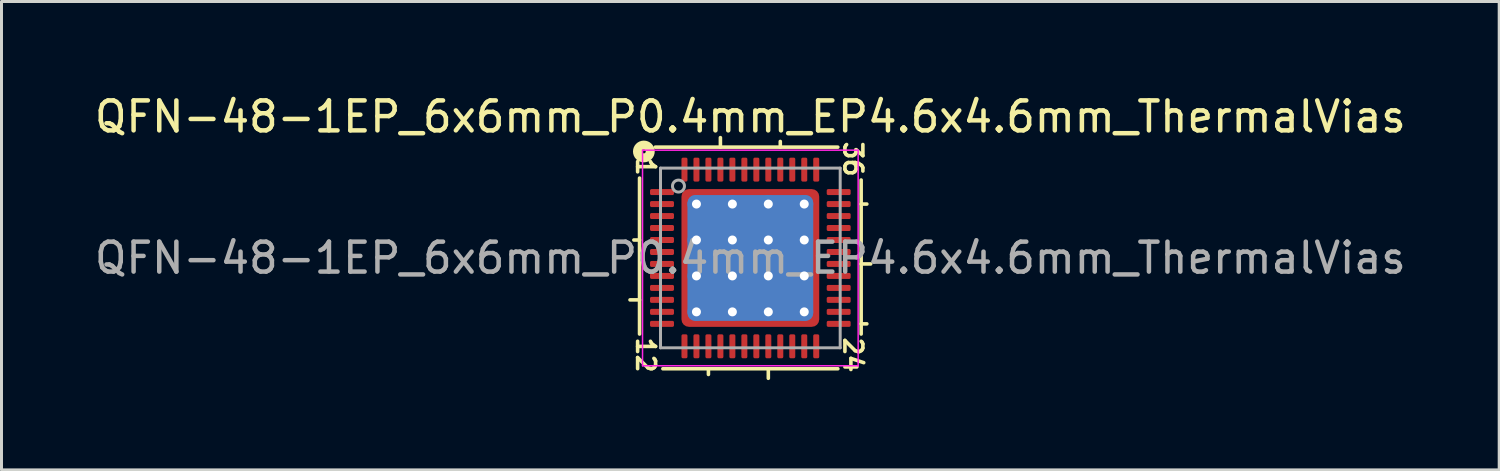
<source format=kicad_pcb>
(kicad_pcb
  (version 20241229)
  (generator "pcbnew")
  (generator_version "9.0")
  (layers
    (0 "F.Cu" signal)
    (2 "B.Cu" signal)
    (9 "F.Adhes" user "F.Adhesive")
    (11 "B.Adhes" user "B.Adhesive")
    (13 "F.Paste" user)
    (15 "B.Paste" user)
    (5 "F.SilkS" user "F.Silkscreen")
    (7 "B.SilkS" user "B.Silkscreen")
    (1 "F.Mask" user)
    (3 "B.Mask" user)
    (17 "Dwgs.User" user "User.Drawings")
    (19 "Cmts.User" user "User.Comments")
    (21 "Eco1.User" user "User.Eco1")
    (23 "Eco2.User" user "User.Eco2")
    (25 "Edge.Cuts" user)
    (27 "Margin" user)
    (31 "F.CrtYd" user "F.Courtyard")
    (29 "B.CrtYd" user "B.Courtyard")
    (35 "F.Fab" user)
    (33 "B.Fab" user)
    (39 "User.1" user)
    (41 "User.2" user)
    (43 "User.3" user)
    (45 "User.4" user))
  (footprint "QFN-48-1EP_6x6mm_P0.4mm_EP4.6x4.6mm_ThermalVias"
    (layer "F.Cu")
    (at 22.006 5.564)
    (property "Reference" "QFN-48-1EP_6x6mm_P0.4mm_EP4.6x4.6mm_ThermalVias" (at 0 -4.716 0) (layer "F.SilkS") (effects (font (size 1 1) (thickness 0.15))))
    (attr smd)
    (fp_line (start -3.7 -2.667) (end -3.7 2.54) (stroke (width 0.12) (type solid)) (layer "F.SilkS"))
    (fp_line (start -3.7 -0.6) (end -3.89 -0.6) (stroke (width 0.12) (type solid)) (layer "F.SilkS"))
    (fp_line (start -3.7 1.4) (end -4.018 1.4) (stroke (width 0.12) (type solid)) (layer "F.SilkS"))
    (fp_line (start -2.921 3.7) (end 2.921 3.7) (stroke (width 0.12) (type solid)) (layer "F.SilkS"))
    (fp_line (start -1.4 3.89) (end -1.4 3.7) (stroke (width 0.12) (type solid)) (layer "F.SilkS"))
    (fp_line (start -1 -3.7) (end -1 -4.018) (stroke (width 0.12) (type solid)) (layer "F.SilkS"))
    (fp_line (start 0.6 3.7) (end 0.6 4.018) (stroke (width 0.12) (type solid)) (layer "F.SilkS"))
    (fp_line (start 1 -3.7) (end 1 -3.89) (stroke (width 0.12) (type solid)) (layer "F.SilkS"))
    (fp_line (start 2.921 -3.7) (end -3.175 -3.7) (stroke (width 0.12) (type solid)) (layer "F.SilkS"))
    (fp_line (start 3.7 -1.8) (end 3.89 -1.8) (stroke (width 0.12) (type solid)) (layer "F.SilkS"))
    (fp_line (start 3.7 0.2) (end 4.018 0.2) (stroke (width 0.12) (type solid)) (layer "F.SilkS"))
    (fp_line (start 3.7 2.2) (end 3.89 2.2) (stroke (width 0.12) (type solid)) (layer "F.SilkS"))
    (fp_line (start 3.7 2.54) (end 3.7 -2.603) (stroke (width 0.12) (type solid)) (layer "F.SilkS"))
    (fp_circle (center -3.556 -3.556) (end -3.493 -3.556) (stroke (width 0.3) (type solid)) (fill no) (layer "F.SilkS"))
    (fp_line (start -3.6 -3.6) (end -3.6 3.6) (stroke (width 0.05) (type solid)) (layer "F.CrtYd"))
    (fp_line (start -3.6 3.6) (end 3.6 3.6) (stroke (width 0.05) (type solid)) (layer "F.CrtYd"))
    (fp_line (start 3.6 -3.6) (end -3.6 -3.6) (stroke (width 0.05) (type solid)) (layer "F.CrtYd"))
    (fp_line (start 3.6 3.6) (end 3.6 -3.6) (stroke (width 0.05) (type solid)) (layer "F.CrtYd"))
    (fp_line (start -3 -3) (end 3 -3) (stroke (width 0.1) (type solid)) (layer "F.Fab"))
    (fp_line (start -3 3) (end -3 -3) (stroke (width 0.1) (type solid)) (layer "F.Fab"))
    (fp_line (start 3 -3) (end 3 3) (stroke (width 0.1) (type solid)) (layer "F.Fab"))
    (fp_line (start 3 3) (end -3 3) (stroke (width 0.1) (type solid)) (layer "F.Fab"))
    (fp_circle (center -2.4 -2.4) (end -2.2 -2.4) (stroke (width 0.1) (type solid)) (fill no) (layer "F.Fab"))
    (fp_text user "12" (at -3.493 3.239 270) (unlocked yes) (layer "F.SilkS") (effects (font (size 0.6 0.6) (thickness 0.12))))
    (fp_text user "1" (at -3.493 -3.048 270) (unlocked yes) (layer "F.SilkS") (effects (font (size 0.6 0.6) (thickness 0.12))))
    (fp_text user "36" (at 3.429 -3.302 270) (unlocked yes) (layer "F.SilkS") (effects (font (size 0.6 0.6) (thickness 0.12))))
    (fp_text user "24" (at 3.429 3.239 270) (unlocked yes) (layer "F.SilkS") (effects (font (size 0.6 0.6) (thickness 0.12))))
    (fp_text user "${REFERENCE}" (at 0 0 0) (layer "F.Fab") (effects (font (size 1 1) (thickness 0.15))))
    (pad "" smd custom (at -2.05 -2.05) (size 0.272 0.272) (layers "F.Paste") (options (anchor circle)) (primitives (gr_poly (pts (xy 0.101 -0.026) (xy -0.026 0.101) (xy -0.101 0.101) (xy -0.101 -0.101) (xy 0.101 -0.101)) (width 0.202) (fill yes))))
    (pad "" smd custom (at -2.05 -1.2) (size 0.32 0.32) (layers "F.Paste") (options (anchor circle)) (primitives (gr_poly (pts (xy 0.118 -0.331) (xy 0.118 0.331) (xy 0.049 0.4) (xy -0.118 0.4) (xy -0.118 -0.4) (xy 0.049 -0.4)) (width 0.167) (fill yes))))
    (pad "" smd custom (at -2.05 0) (size 0.32 0.32) (layers "F.Paste") (options (anchor circle)) (primitives (gr_poly (pts (xy 0.118 -0.331) (xy 0.118 0.331) (xy 0.049 0.4) (xy -0.118 0.4) (xy -0.118 -0.4) (xy 0.049 -0.4)) (width 0.167) (fill yes))))
    (pad "" smd custom (at -2.05 1.2) (size 0.32 0.32) (layers "F.Paste") (options (anchor circle)) (primitives (gr_poly (pts (xy 0.118 -0.331) (xy 0.118 0.331) (xy 0.049 0.4) (xy -0.118 0.4) (xy -0.118 -0.4) (xy 0.049 -0.4)) (width 0.167) (fill yes))))
    (pad "" smd custom (at -2.05 2.05) (size 0.272 0.272) (layers "F.Paste") (options (anchor circle)) (primitives (gr_poly (pts (xy 0.101 0.026) (xy 0.101 0.101) (xy -0.101 0.101) (xy -0.101 -0.101) (xy -0.026 -0.101)) (width 0.202) (fill yes))))
    (pad "" smd custom (at -1.2 -2.05) (size 0.32 0.32) (layers "F.Paste") (options (anchor circle)) (primitives (gr_poly (pts (xy 0.4 0.049) (xy 0.331 0.118) (xy -0.331 0.118) (xy -0.4 0.049) (xy -0.4 -0.118) (xy 0.4 -0.118)) (width 0.167) (fill yes))))
    (pad "" smd roundrect (at -1.2 -1.2) (size 0.967 0.967) (layers "F.Paste") (roundrect_rratio 0.25))
    (pad "" smd roundrect (at -1.2 0) (size 0.967 0.967) (layers "F.Paste") (roundrect_rratio 0.25))
    (pad "" smd roundrect (at -1.2 1.2) (size 0.967 0.967) (layers "F.Paste") (roundrect_rratio 0.25))
    (pad "" smd custom (at -1.2 2.05) (size 0.32 0.32) (layers "F.Paste") (options (anchor circle)) (primitives (gr_poly (pts (xy 0.4 -0.049) (xy 0.4 0.118) (xy -0.4 0.118) (xy -0.4 -0.049) (xy -0.331 -0.118) (xy 0.331 -0.118)) (width 0.167) (fill yes))))
    (pad "" smd custom (at 0 -2.05) (size 0.32 0.32) (layers "F.Paste") (options (anchor circle)) (primitives (gr_poly (pts (xy 0.4 0.049) (xy 0.331 0.118) (xy -0.331 0.118) (xy -0.4 0.049) (xy -0.4 -0.118) (xy 0.4 -0.118)) (width 0.167) (fill yes))))
    (pad "" smd roundrect (at 0 -1.2) (size 0.967 0.967) (layers "F.Paste") (roundrect_rratio 0.25))
    (pad "" smd roundrect (at 0 0) (size 0.967 0.967) (layers "F.Paste") (roundrect_rratio 0.25))
    (pad "" smd roundrect (at 0 1.2) (size 0.967 0.967) (layers "F.Paste") (roundrect_rratio 0.25))
    (pad "" smd custom (at 0 2.05) (size 0.32 0.32) (layers "F.Paste") (options (anchor circle)) (primitives (gr_poly (pts (xy 0.4 -0.049) (xy 0.4 0.118) (xy -0.4 0.118) (xy -0.4 -0.049) (xy -0.331 -0.118) (xy 0.331 -0.118)) (width 0.167) (fill yes))))
    (pad "" smd custom (at 1.2 -2.05) (size 0.32 0.32) (layers "F.Paste") (options (anchor circle)) (primitives (gr_poly (pts (xy 0.4 0.049) (xy 0.331 0.118) (xy -0.331 0.118) (xy -0.4 0.049) (xy -0.4 -0.118) (xy 0.4 -0.118)) (width 0.167) (fill yes))))
    (pad "" smd roundrect (at 1.2 -1.2) (size 0.967 0.967) (layers "F.Paste") (roundrect_rratio 0.25))
    (pad "" smd roundrect (at 1.2 0) (size 0.967 0.967) (layers "F.Paste") (roundrect_rratio 0.25))
    (pad "" smd roundrect (at 1.2 1.2) (size 0.967 0.967) (layers "F.Paste") (roundrect_rratio 0.25))
    (pad "" smd custom (at 1.2 2.05) (size 0.32 0.32) (layers "F.Paste") (options (anchor circle)) (primitives (gr_poly (pts (xy 0.4 -0.049) (xy 0.4 0.118) (xy -0.4 0.118) (xy -0.4 -0.049) (xy -0.331 -0.118) (xy 0.331 -0.118)) (width 0.167) (fill yes))))
    (pad "" smd custom (at 2.05 -2.05) (size 0.272 0.272) (layers "F.Paste") (options (anchor circle)) (primitives (gr_poly (pts (xy 0.101 0.101) (xy 0.026 0.101) (xy -0.101 -0.026) (xy -0.101 -0.101) (xy 0.101 -0.101)) (width 0.202) (fill yes))))
    (pad "" smd custom (at 2.05 -1.2) (size 0.32 0.32) (layers "F.Paste") (options (anchor circle)) (primitives (gr_poly (pts (xy 0.118 0.4) (xy -0.049 0.4) (xy -0.118 0.331) (xy -0.118 -0.331) (xy -0.049 -0.4) (xy 0.118 -0.4)) (width 0.167) (fill yes))))
    (pad "" smd custom (at 2.05 0) (size 0.32 0.32) (layers "F.Paste") (options (anchor circle)) (primitives (gr_poly (pts (xy 0.118 0.4) (xy -0.049 0.4) (xy -0.118 0.331) (xy -0.118 -0.331) (xy -0.049 -0.4) (xy 0.118 -0.4)) (width 0.167) (fill yes))))
    (pad "" smd custom (at 2.05 1.2) (size 0.32 0.32) (layers "F.Paste") (options (anchor circle)) (primitives (gr_poly (pts (xy 0.118 0.4) (xy -0.049 0.4) (xy -0.118 0.331) (xy -0.118 -0.331) (xy -0.049 -0.4) (xy 0.118 -0.4)) (width 0.167) (fill yes))))
    (pad "" smd custom (at 2.05 2.05) (size 0.272 0.272) (layers "F.Paste") (options (anchor circle)) (primitives (gr_poly (pts (xy 0.101 0.101) (xy -0.101 0.101) (xy -0.101 0.026) (xy 0.026 -0.101) (xy 0.101 -0.101)) (width 0.202) (fill yes))))
    (pad "1" smd roundrect (at -2.95 -2.2) (size 0.8 0.2) (layers "F.Cu" "F.Mask" "F.Paste") (roundrect_rratio 0.25))
    (pad "2" smd roundrect (at -2.95 -1.8) (size 0.8 0.2) (layers "F.Cu" "F.Mask" "F.Paste") (roundrect_rratio 0.25))
    (pad "3" smd roundrect (at -2.95 -1.4) (size 0.8 0.2) (layers "F.Cu" "F.Mask" "F.Paste") (roundrect_rratio 0.25))
    (pad "4" smd roundrect (at -2.95 -1) (size 0.8 0.2) (layers "F.Cu" "F.Mask" "F.Paste") (roundrect_rratio 0.25))
    (pad "5" smd roundrect (at -2.95 -0.6) (size 0.8 0.2) (layers "F.Cu" "F.Mask" "F.Paste") (roundrect_rratio 0.25))
    (pad "6" smd roundrect (at -2.95 -0.2) (size 0.8 0.2) (layers "F.Cu" "F.Mask" "F.Paste") (roundrect_rratio 0.25))
    (pad "7" smd roundrect (at -2.95 0.2) (size 0.8 0.2) (layers "F.Cu" "F.Mask" "F.Paste") (roundrect_rratio 0.25))
    (pad "8" smd roundrect (at -2.95 0.6) (size 0.8 0.2) (layers "F.Cu" "F.Mask" "F.Paste") (roundrect_rratio 0.25))
    (pad "9" smd roundrect (at -2.95 1) (size 0.8 0.2) (layers "F.Cu" "F.Mask" "F.Paste") (roundrect_rratio 0.25))
    (pad "10" smd roundrect (at -2.95 1.4) (size 0.8 0.2) (layers "F.Cu" "F.Mask" "F.Paste") (roundrect_rratio 0.25))
    (pad "11" smd roundrect (at -2.95 1.8) (size 0.8 0.2) (layers "F.Cu" "F.Mask" "F.Paste") (roundrect_rratio 0.25))
    (pad "12" smd roundrect (at -2.95 2.2) (size 0.8 0.2) (layers "F.Cu" "F.Mask" "F.Paste") (roundrect_rratio 0.25))
    (pad "13" smd roundrect (at -2.2 2.95) (size 0.2 0.8) (layers "F.Cu" "F.Mask" "F.Paste") (roundrect_rratio 0.25))
    (pad "14" smd roundrect (at -1.8 2.95) (size 0.2 0.8) (layers "F.Cu" "F.Mask" "F.Paste") (roundrect_rratio 0.25))
    (pad "15" smd roundrect (at -1.4 2.95) (size 0.2 0.8) (layers "F.Cu" "F.Mask" "F.Paste") (roundrect_rratio 0.25))
    (pad "16" smd roundrect (at -1 2.95) (size 0.2 0.8) (layers "F.Cu" "F.Mask" "F.Paste") (roundrect_rratio 0.25))
    (pad "17" smd roundrect (at -0.6 2.95) (size 0.2 0.8) (layers "F.Cu" "F.Mask" "F.Paste") (roundrect_rratio 0.25))
    (pad "18" smd roundrect (at -0.2 2.95) (size 0.2 0.8) (layers "F.Cu" "F.Mask" "F.Paste") (roundrect_rratio 0.25))
    (pad "19" smd roundrect (at 0.2 2.95) (size 0.2 0.8) (layers "F.Cu" "F.Mask" "F.Paste") (roundrect_rratio 0.25))
    (pad "20" smd roundrect (at 0.6 2.95) (size 0.2 0.8) (layers "F.Cu" "F.Mask" "F.Paste") (roundrect_rratio 0.25))
    (pad "21" smd roundrect (at 1 2.95) (size 0.2 0.8) (layers "F.Cu" "F.Mask" "F.Paste") (roundrect_rratio 0.25))
    (pad "22" smd roundrect (at 1.4 2.95) (size 0.2 0.8) (layers "F.Cu" "F.Mask" "F.Paste") (roundrect_rratio 0.25))
    (pad "23" smd roundrect (at 1.8 2.95) (size 0.2 0.8) (layers "F.Cu" "F.Mask" "F.Paste") (roundrect_rratio 0.25))
    (pad "24" smd roundrect (at 2.2 2.95) (size 0.2 0.8) (layers "F.Cu" "F.Mask" "F.Paste") (roundrect_rratio 0.25))
    (pad "25" smd roundrect (at 2.95 2.2) (size 0.8 0.2) (layers "F.Cu" "F.Mask" "F.Paste") (roundrect_rratio 0.25))
    (pad "26" smd roundrect (at 2.95 1.8) (size 0.8 0.2) (layers "F.Cu" "F.Mask" "F.Paste") (roundrect_rratio 0.25))
    (pad "27" smd roundrect (at 2.95 1.4) (size 0.8 0.2) (layers "F.Cu" "F.Mask" "F.Paste") (roundrect_rratio 0.25))
    (pad "28" smd roundrect (at 2.95 1) (size 0.8 0.2) (layers "F.Cu" "F.Mask" "F.Paste") (roundrect_rratio 0.25))
    (pad "29" smd roundrect (at 2.95 0.6) (size 0.8 0.2) (layers "F.Cu" "F.Mask" "F.Paste") (roundrect_rratio 0.25))
    (pad "30" smd roundrect (at 2.95 0.2) (size 0.8 0.2) (layers "F.Cu" "F.Mask" "F.Paste") (roundrect_rratio 0.25))
    (pad "31" smd roundrect (at 2.95 -0.2) (size 0.8 0.2) (layers "F.Cu" "F.Mask" "F.Paste") (roundrect_rratio 0.25))
    (pad "32" smd roundrect (at 2.95 -0.6) (size 0.8 0.2) (layers "F.Cu" "F.Mask" "F.Paste") (roundrect_rratio 0.25))
    (pad "33" smd roundrect (at 2.95 -1) (size 0.8 0.2) (layers "F.Cu" "F.Mask" "F.Paste") (roundrect_rratio 0.25))
    (pad "34" smd roundrect (at 2.95 -1.4) (size 0.8 0.2) (layers "F.Cu" "F.Mask" "F.Paste") (roundrect_rratio 0.25))
    (pad "35" smd roundrect (at 2.95 -1.8) (size 0.8 0.2) (layers "F.Cu" "F.Mask" "F.Paste") (roundrect_rratio 0.25))
    (pad "36" smd roundrect (at 2.95 -2.2) (size 0.8 0.2) (layers "F.Cu" "F.Mask" "F.Paste") (roundrect_rratio 0.25))
    (pad "37" smd roundrect (at 2.2 -2.95) (size 0.2 0.8) (layers "F.Cu" "F.Mask" "F.Paste") (roundrect_rratio 0.25))
    (pad "38" smd roundrect (at 1.8 -2.95) (size 0.2 0.8) (layers "F.Cu" "F.Mask" "F.Paste") (roundrect_rratio 0.25))
    (pad "39" smd roundrect (at 1.4 -2.95) (size 0.2 0.8) (layers "F.Cu" "F.Mask" "F.Paste") (roundrect_rratio 0.25))
    (pad "40" smd roundrect (at 1 -2.95) (size 0.2 0.8) (layers "F.Cu" "F.Mask" "F.Paste") (roundrect_rratio 0.25))
    (pad "41" smd roundrect (at 0.6 -2.95) (size 0.2 0.8) (layers "F.Cu" "F.Mask" "F.Paste") (roundrect_rratio 0.25))
    (pad "42" smd roundrect (at 0.2 -2.95) (size 0.2 0.8) (layers "F.Cu" "F.Mask" "F.Paste") (roundrect_rratio 0.25))
    (pad "43" smd roundrect (at -0.2 -2.95) (size 0.2 0.8) (layers "F.Cu" "F.Mask" "F.Paste") (roundrect_rratio 0.25))
    (pad "44" smd roundrect (at -0.6 -2.95) (size 0.2 0.8) (layers "F.Cu" "F.Mask" "F.Paste") (roundrect_rratio 0.25))
    (pad "45" smd roundrect (at -1 -2.95) (size 0.2 0.8) (layers "F.Cu" "F.Mask" "F.Paste") (roundrect_rratio 0.25))
    (pad "46" smd roundrect (at -1.4 -2.95) (size 0.2 0.8) (layers "F.Cu" "F.Mask" "F.Paste") (roundrect_rratio 0.25))
    (pad "47" smd roundrect (at -1.8 -2.95) (size 0.2 0.8) (layers "F.Cu" "F.Mask" "F.Paste") (roundrect_rratio 0.25))
    (pad "48" smd roundrect (at -2.2 -2.95) (size 0.2 0.8) (layers "F.Cu" "F.Mask" "F.Paste") (roundrect_rratio 0.25))
    (pad "49" thru_hole circle (at -1.8 -1.8) (size 0.6 0.6) (drill 0.3) (property pad_prop_heatsink) (layers "*.Cu"))
    (pad "49" thru_hole circle (at -1.8 -0.6) (size 0.6 0.6) (drill 0.3) (property pad_prop_heatsink) (layers "*.Cu"))
    (pad "49" thru_hole circle (at -1.8 0.6) (size 0.6 0.6) (drill 0.3) (property pad_prop_heatsink) (layers "*.Cu"))
    (pad "49" thru_hole circle (at -1.8 1.8) (size 0.6 0.6) (drill 0.3) (property pad_prop_heatsink) (layers "*.Cu"))
    (pad "49" thru_hole circle (at -0.6 -1.8) (size 0.6 0.6) (drill 0.3) (property pad_prop_heatsink) (layers "*.Cu"))
    (pad "49" thru_hole circle (at -0.6 -0.6) (size 0.6 0.6) (drill 0.3) (property pad_prop_heatsink) (layers "*.Cu"))
    (pad "49" thru_hole circle (at -0.6 0.6) (size 0.6 0.6) (drill 0.3) (property pad_prop_heatsink) (layers "*.Cu"))
    (pad "49" thru_hole circle (at -0.6 1.8) (size 0.6 0.6) (drill 0.3) (property pad_prop_heatsink) (layers "*.Cu"))
    (pad "49" smd roundrect (at 0 0) (size 4.2 4.2) (layers "B.Cu" "B.Mask") (roundrect_rratio 0.06))
    (pad "49" smd roundrect (at 0 0) (size 4.6 4.6) (layers "F.Cu" "F.Mask") (roundrect_rratio 0.054))
    (pad "49" thru_hole circle (at 0.6 -1.8) (size 0.6 0.6) (drill 0.3) (property pad_prop_heatsink) (layers "*.Cu"))
    (pad "49" thru_hole circle (at 0.6 -0.6) (size 0.6 0.6) (drill 0.3) (property pad_prop_heatsink) (layers "*.Cu"))
    (pad "49" thru_hole circle (at 0.6 0.6) (size 0.6 0.6) (drill 0.3) (property pad_prop_heatsink) (layers "*.Cu"))
    (pad "49" thru_hole circle (at 0.6 1.8) (size 0.6 0.6) (drill 0.3) (property pad_prop_heatsink) (layers "*.Cu"))
    (pad "49" thru_hole circle (at 1.8 -1.8) (size 0.6 0.6) (drill 0.3) (property pad_prop_heatsink) (layers "*.Cu"))
    (pad "49" thru_hole circle (at 1.8 -0.6) (size 0.6 0.6) (drill 0.3) (property pad_prop_heatsink) (layers "*.Cu"))
    (pad "49" thru_hole circle (at 1.8 0.6) (size 0.6 0.6) (drill 0.3) (property pad_prop_heatsink) (layers "*.Cu"))
    (pad "49" thru_hole circle (at 1.8 1.8) (size 0.6 0.6) (drill 0.3) (property pad_prop_heatsink) (layers "*.Cu")))
  (gr_rect
    (start -3 -3)
    (end 47.012 12.642)
    (stroke (width 0.1) (type default))
    (fill no)
    (layer "Edge.Cuts")))
</source>
